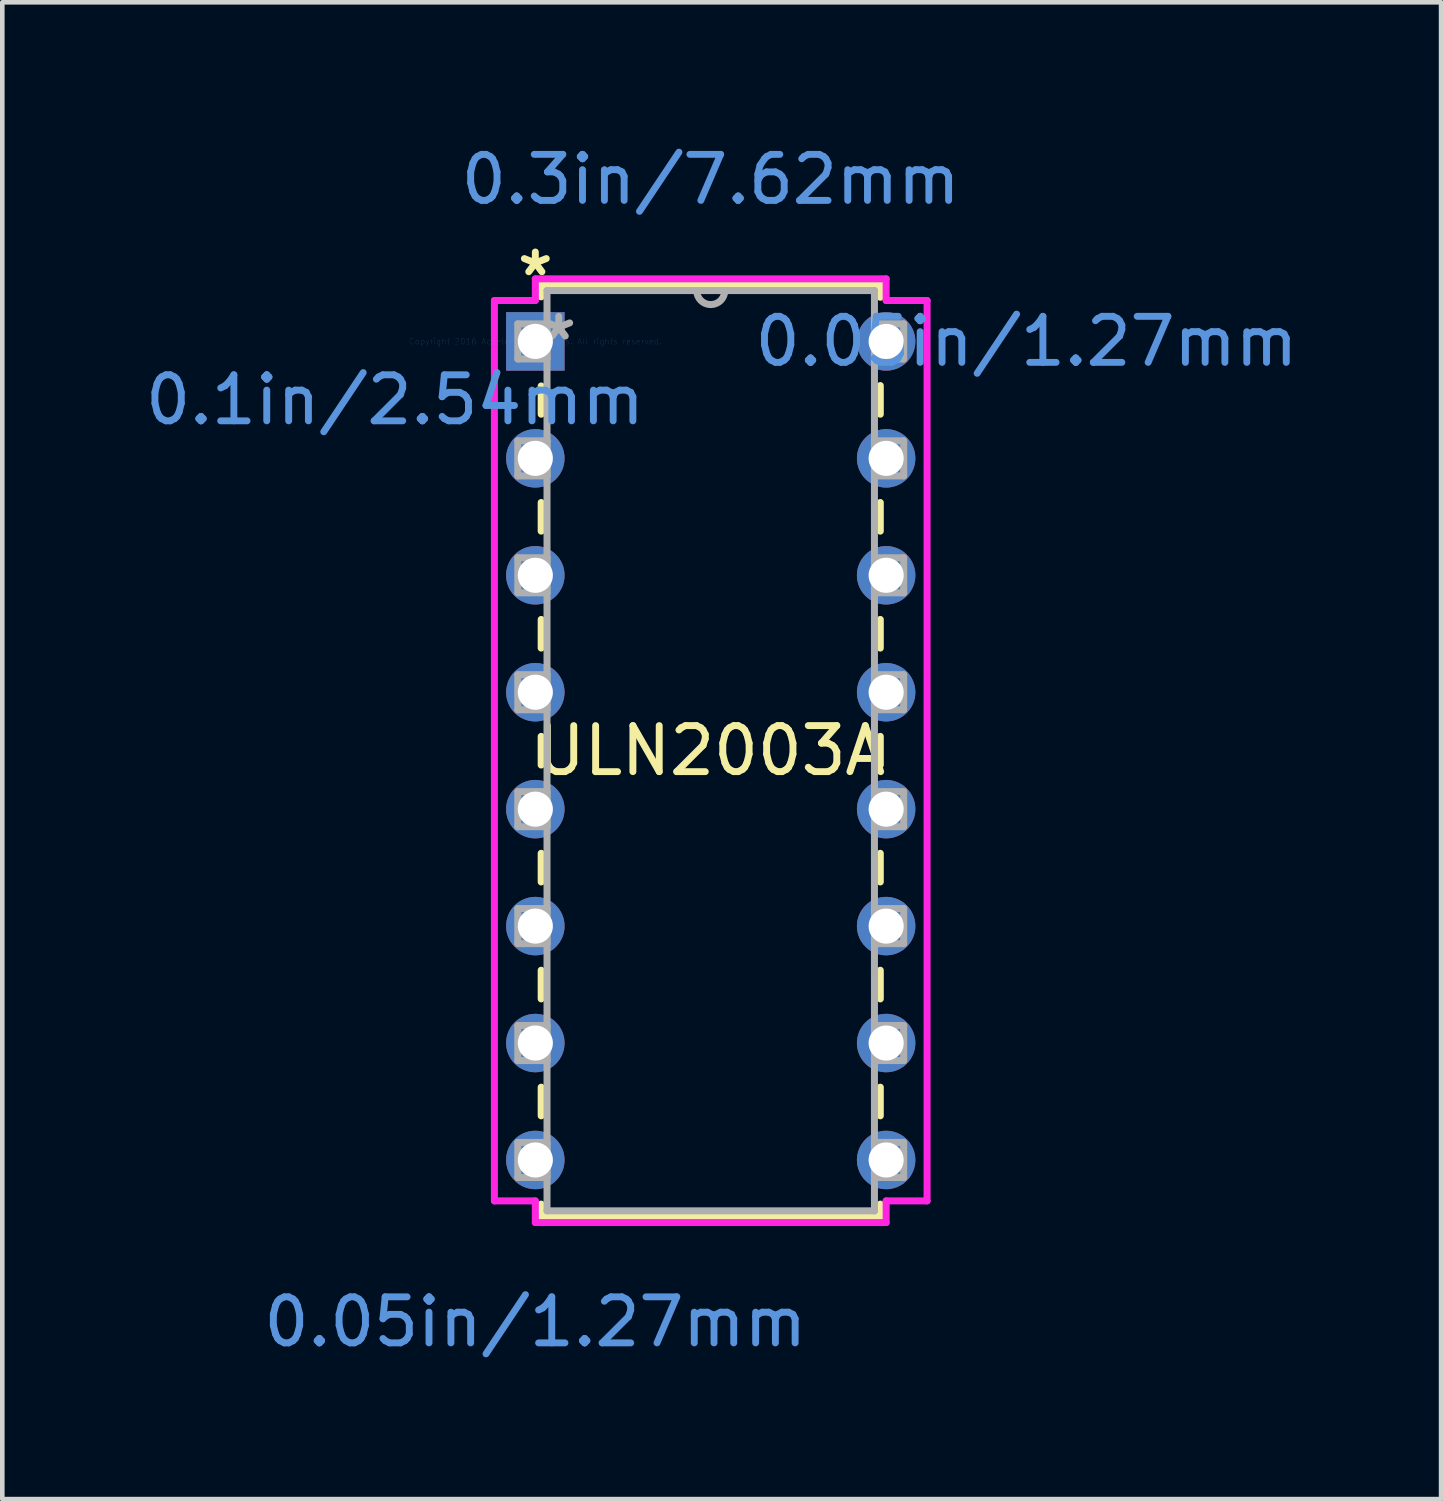
<source format=kicad_pcb>
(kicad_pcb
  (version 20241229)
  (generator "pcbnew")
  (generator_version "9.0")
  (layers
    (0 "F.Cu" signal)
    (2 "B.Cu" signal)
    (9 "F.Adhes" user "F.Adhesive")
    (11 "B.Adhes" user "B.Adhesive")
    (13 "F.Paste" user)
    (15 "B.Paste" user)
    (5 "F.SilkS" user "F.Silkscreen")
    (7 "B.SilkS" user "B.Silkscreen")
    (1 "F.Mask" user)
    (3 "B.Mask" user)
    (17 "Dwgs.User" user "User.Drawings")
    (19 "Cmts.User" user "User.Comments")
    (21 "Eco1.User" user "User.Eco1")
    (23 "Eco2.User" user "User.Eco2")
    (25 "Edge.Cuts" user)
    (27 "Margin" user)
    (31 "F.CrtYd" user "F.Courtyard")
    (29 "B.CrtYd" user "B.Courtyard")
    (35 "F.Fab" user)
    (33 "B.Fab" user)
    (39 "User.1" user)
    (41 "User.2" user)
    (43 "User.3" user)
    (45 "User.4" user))
  (footprint "ULN2003A"
    (layer "F.Cu")
    (at 8.578 4.366)
    (property "Reference" "ULN2003A" (at 3.81 8.89 0) (layer "F.SilkS") (effects (font (size 1 1) (thickness 0.15))))
    (attr through_hole)
    (fp_line (start 0.127 -1.232) (end 0.127 -0.968) (stroke (width 0.152) (type solid)) (layer "F.SilkS"))
    (fp_line (start 0.127 0.968) (end 0.127 1.581) (stroke (width 0.152) (type solid)) (layer "F.SilkS"))
    (fp_line (start 0.127 3.499) (end 0.127 4.121) (stroke (width 0.152) (type solid)) (layer "F.SilkS"))
    (fp_line (start 0.127 6.039) (end 0.127 6.661) (stroke (width 0.152) (type solid)) (layer "F.SilkS"))
    (fp_line (start 0.127 8.579) (end 0.127 9.201) (stroke (width 0.152) (type solid)) (layer "F.SilkS"))
    (fp_line (start 0.127 11.119) (end 0.127 11.741) (stroke (width 0.152) (type solid)) (layer "F.SilkS"))
    (fp_line (start 0.127 13.659) (end 0.127 14.281) (stroke (width 0.152) (type solid)) (layer "F.SilkS"))
    (fp_line (start 0.127 16.199) (end 0.127 16.821) (stroke (width 0.152) (type solid)) (layer "F.SilkS"))
    (fp_line (start 0.127 18.739) (end 0.127 19.012) (stroke (width 0.152) (type solid)) (layer "F.SilkS"))
    (fp_line (start 0.127 19.012) (end 7.493 19.012) (stroke (width 0.152) (type solid)) (layer "F.SilkS"))
    (fp_line (start 7.493 -1.232) (end 0.127 -1.232) (stroke (width 0.152) (type solid)) (layer "F.SilkS"))
    (fp_line (start 7.493 -0.959) (end 7.493 -1.232) (stroke (width 0.152) (type solid)) (layer "F.SilkS"))
    (fp_line (start 7.493 1.581) (end 7.493 0.959) (stroke (width 0.152) (type solid)) (layer "F.SilkS"))
    (fp_line (start 7.493 4.121) (end 7.493 3.499) (stroke (width 0.152) (type solid)) (layer "F.SilkS"))
    (fp_line (start 7.493 6.661) (end 7.493 6.039) (stroke (width 0.152) (type solid)) (layer "F.SilkS"))
    (fp_line (start 7.493 9.201) (end 7.493 8.579) (stroke (width 0.152) (type solid)) (layer "F.SilkS"))
    (fp_line (start 7.493 11.741) (end 7.493 11.119) (stroke (width 0.152) (type solid)) (layer "F.SilkS"))
    (fp_line (start 7.493 14.281) (end 7.493 13.659) (stroke (width 0.152) (type solid)) (layer "F.SilkS"))
    (fp_line (start 7.493 16.821) (end 7.493 16.199) (stroke (width 0.152) (type solid)) (layer "F.SilkS"))
    (fp_line (start 7.493 19.012) (end 7.493 18.739) (stroke (width 0.152) (type solid)) (layer "F.SilkS"))
    (fp_line (start -0.889 -0.889) (end 0 -0.889) (stroke (width 0.152) (type solid)) (layer "F.CrtYd"))
    (fp_line (start -0.889 18.669) (end -0.889 -0.889) (stroke (width 0.152) (type solid)) (layer "F.CrtYd"))
    (fp_line (start 0 -1.359) (end 7.62 -1.359) (stroke (width 0.152) (type solid)) (layer "F.CrtYd"))
    (fp_line (start 0 -0.889) (end 0 -1.359) (stroke (width 0.152) (type solid)) (layer "F.CrtYd"))
    (fp_line (start 0 18.669) (end -0.889 18.669) (stroke (width 0.152) (type solid)) (layer "F.CrtYd"))
    (fp_line (start 0 19.139) (end 0 18.669) (stroke (width 0.152) (type solid)) (layer "F.CrtYd"))
    (fp_line (start 7.62 -1.359) (end 7.62 -0.889) (stroke (width 0.152) (type solid)) (layer "F.CrtYd"))
    (fp_line (start 7.62 18.669) (end 7.62 19.139) (stroke (width 0.152) (type solid)) (layer "F.CrtYd"))
    (fp_line (start 7.62 19.139) (end 0 19.139) (stroke (width 0.152) (type solid)) (layer "F.CrtYd"))
    (fp_line (start 8.509 -0.889) (end 7.62 -0.889) (stroke (width 0.152) (type solid)) (layer "F.CrtYd"))
    (fp_line (start 8.509 -0.889) (end 8.509 18.669) (stroke (width 0.152) (type solid)) (layer "F.CrtYd"))
    (fp_line (start 8.509 18.669) (end 7.62 18.669) (stroke (width 0.152) (type solid)) (layer "F.CrtYd"))
    (fp_line (start -0.381 -0.381) (end -0.381 0.381) (stroke (width 0.152) (type solid)) (layer "F.Fab"))
    (fp_line (start -0.381 0.381) (end 0.254 0.381) (stroke (width 0.152) (type solid)) (layer "F.Fab"))
    (fp_line (start -0.381 2.159) (end -0.381 2.921) (stroke (width 0.152) (type solid)) (layer "F.Fab"))
    (fp_line (start -0.381 2.921) (end 0.254 2.921) (stroke (width 0.152) (type solid)) (layer "F.Fab"))
    (fp_line (start -0.381 4.699) (end -0.381 5.461) (stroke (width 0.152) (type solid)) (layer "F.Fab"))
    (fp_line (start -0.381 5.461) (end 0.254 5.461) (stroke (width 0.152) (type solid)) (layer "F.Fab"))
    (fp_line (start -0.381 7.239) (end -0.381 8.001) (stroke (width 0.152) (type solid)) (layer "F.Fab"))
    (fp_line (start -0.381 8.001) (end 0.254 8.001) (stroke (width 0.152) (type solid)) (layer "F.Fab"))
    (fp_line (start -0.381 9.779) (end -0.381 10.541) (stroke (width 0.152) (type solid)) (layer "F.Fab"))
    (fp_line (start -0.381 10.541) (end 0.254 10.541) (stroke (width 0.152) (type solid)) (layer "F.Fab"))
    (fp_line (start -0.381 12.319) (end -0.381 13.081) (stroke (width 0.152) (type solid)) (layer "F.Fab"))
    (fp_line (start -0.381 13.081) (end 0.254 13.081) (stroke (width 0.152) (type solid)) (layer "F.Fab"))
    (fp_line (start -0.381 14.859) (end -0.381 15.621) (stroke (width 0.152) (type solid)) (layer "F.Fab"))
    (fp_line (start -0.381 15.621) (end 0.254 15.621) (stroke (width 0.152) (type solid)) (layer "F.Fab"))
    (fp_line (start -0.381 17.399) (end -0.381 18.161) (stroke (width 0.152) (type solid)) (layer "F.Fab"))
    (fp_line (start -0.381 18.161) (end 0.254 18.161) (stroke (width 0.152) (type solid)) (layer "F.Fab"))
    (fp_line (start 0.254 -1.105) (end 0.254 18.885) (stroke (width 0.152) (type solid)) (layer "F.Fab"))
    (fp_line (start 0.254 -0.381) (end -0.381 -0.381) (stroke (width 0.152) (type solid)) (layer "F.Fab"))
    (fp_line (start 0.254 0.381) (end 0.254 -0.381) (stroke (width 0.152) (type solid)) (layer "F.Fab"))
    (fp_line (start 0.254 2.159) (end -0.381 2.159) (stroke (width 0.152) (type solid)) (layer "F.Fab"))
    (fp_line (start 0.254 2.921) (end 0.254 2.159) (stroke (width 0.152) (type solid)) (layer "F.Fab"))
    (fp_line (start 0.254 4.699) (end -0.381 4.699) (stroke (width 0.152) (type solid)) (layer "F.Fab"))
    (fp_line (start 0.254 5.461) (end 0.254 4.699) (stroke (width 0.152) (type solid)) (layer "F.Fab"))
    (fp_line (start 0.254 7.239) (end -0.381 7.239) (stroke (width 0.152) (type solid)) (layer "F.Fab"))
    (fp_line (start 0.254 8.001) (end 0.254 7.239) (stroke (width 0.152) (type solid)) (layer "F.Fab"))
    (fp_line (start 0.254 9.779) (end -0.381 9.779) (stroke (width 0.152) (type solid)) (layer "F.Fab"))
    (fp_line (start 0.254 10.541) (end 0.254 9.779) (stroke (width 0.152) (type solid)) (layer "F.Fab"))
    (fp_line (start 0.254 12.319) (end -0.381 12.319) (stroke (width 0.152) (type solid)) (layer "F.Fab"))
    (fp_line (start 0.254 13.081) (end 0.254 12.319) (stroke (width 0.152) (type solid)) (layer "F.Fab"))
    (fp_line (start 0.254 14.859) (end -0.381 14.859) (stroke (width 0.152) (type solid)) (layer "F.Fab"))
    (fp_line (start 0.254 15.621) (end 0.254 14.859) (stroke (width 0.152) (type solid)) (layer "F.Fab"))
    (fp_line (start 0.254 17.399) (end -0.381 17.399) (stroke (width 0.152) (type solid)) (layer "F.Fab"))
    (fp_line (start 0.254 18.161) (end 0.254 17.399) (stroke (width 0.152) (type solid)) (layer "F.Fab"))
    (fp_line (start 0.254 18.885) (end 7.366 18.885) (stroke (width 0.152) (type solid)) (layer "F.Fab"))
    (fp_line (start 7.366 -1.105) (end 0.254 -1.105) (stroke (width 0.152) (type solid)) (layer "F.Fab"))
    (fp_line (start 7.366 -0.381) (end 7.366 0.381) (stroke (width 0.152) (type solid)) (layer "F.Fab"))
    (fp_line (start 7.366 0.381) (end 8.001 0.381) (stroke (width 0.152) (type solid)) (layer "F.Fab"))
    (fp_line (start 7.366 2.159) (end 7.366 2.921) (stroke (width 0.152) (type solid)) (layer "F.Fab"))
    (fp_line (start 7.366 2.921) (end 8.001 2.921) (stroke (width 0.152) (type solid)) (layer "F.Fab"))
    (fp_line (start 7.366 4.699) (end 7.366 5.461) (stroke (width 0.152) (type solid)) (layer "F.Fab"))
    (fp_line (start 7.366 5.461) (end 8.001 5.461) (stroke (width 0.152) (type solid)) (layer "F.Fab"))
    (fp_line (start 7.366 7.239) (end 7.366 8.001) (stroke (width 0.152) (type solid)) (layer "F.Fab"))
    (fp_line (start 7.366 8.001) (end 8.001 8.001) (stroke (width 0.152) (type solid)) (layer "F.Fab"))
    (fp_line (start 7.366 9.779) (end 7.366 10.541) (stroke (width 0.152) (type solid)) (layer "F.Fab"))
    (fp_line (start 7.366 10.541) (end 8.001 10.541) (stroke (width 0.152) (type solid)) (layer "F.Fab"))
    (fp_line (start 7.366 12.319) (end 7.366 13.081) (stroke (width 0.152) (type solid)) (layer "F.Fab"))
    (fp_line (start 7.366 13.081) (end 8.001 13.081) (stroke (width 0.152) (type solid)) (layer "F.Fab"))
    (fp_line (start 7.366 14.859) (end 7.366 15.621) (stroke (width 0.152) (type solid)) (layer "F.Fab"))
    (fp_line (start 7.366 15.621) (end 8.001 15.621) (stroke (width 0.152) (type solid)) (layer "F.Fab"))
    (fp_line (start 7.366 17.399) (end 7.366 18.161) (stroke (width 0.152) (type solid)) (layer "F.Fab"))
    (fp_line (start 7.366 18.161) (end 8.001 18.161) (stroke (width 0.152) (type solid)) (layer "F.Fab"))
    (fp_line (start 7.366 18.885) (end 7.366 -1.105) (stroke (width 0.152) (type solid)) (layer "F.Fab"))
    (fp_line (start 8.001 -0.381) (end 7.366 -0.381) (stroke (width 0.152) (type solid)) (layer "F.Fab"))
    (fp_line (start 8.001 0.381) (end 8.001 -0.381) (stroke (width 0.152) (type solid)) (layer "F.Fab"))
    (fp_line (start 8.001 2.159) (end 7.366 2.159) (stroke (width 0.152) (type solid)) (layer "F.Fab"))
    (fp_line (start 8.001 2.921) (end 8.001 2.159) (stroke (width 0.152) (type solid)) (layer "F.Fab"))
    (fp_line (start 8.001 4.699) (end 7.366 4.699) (stroke (width 0.152) (type solid)) (layer "F.Fab"))
    (fp_line (start 8.001 5.461) (end 8.001 4.699) (stroke (width 0.152) (type solid)) (layer "F.Fab"))
    (fp_line (start 8.001 7.239) (end 7.366 7.239) (stroke (width 0.152) (type solid)) (layer "F.Fab"))
    (fp_line (start 8.001 8.001) (end 8.001 7.239) (stroke (width 0.152) (type solid)) (layer "F.Fab"))
    (fp_line (start 8.001 9.779) (end 7.366 9.779) (stroke (width 0.152) (type solid)) (layer "F.Fab"))
    (fp_line (start 8.001 10.541) (end 8.001 9.779) (stroke (width 0.152) (type solid)) (layer "F.Fab"))
    (fp_line (start 8.001 12.319) (end 7.366 12.319) (stroke (width 0.152) (type solid)) (layer "F.Fab"))
    (fp_line (start 8.001 13.081) (end 8.001 12.319) (stroke (width 0.152) (type solid)) (layer "F.Fab"))
    (fp_line (start 8.001 14.859) (end 7.366 14.859) (stroke (width 0.152) (type solid)) (layer "F.Fab"))
    (fp_line (start 8.001 15.621) (end 8.001 14.859) (stroke (width 0.152) (type solid)) (layer "F.Fab"))
    (fp_line (start 8.001 17.399) (end 7.366 17.399) (stroke (width 0.152) (type solid)) (layer "F.Fab"))
    (fp_line (start 8.001 18.161) (end 8.001 17.399) (stroke (width 0.152) (type solid)) (layer "F.Fab"))
    (fp_arc (start 4.1148 -1.1049) (mid 3.81 -0.8001) (end 3.5052 -1.1049) (stroke (width 0.1524) (type solid)) (layer "F.Fab"))
    (fp_text user "*" (at 0 -1.397 0) (layer "F.SilkS") (effects (font (size 1 1) (thickness 0.15))))
    (fp_text user "0.1in/2.54mm" (at -3.048 1.27 0) (layer "Cmts.User") (effects (font (size 1 1) (thickness 0.15))))
    (fp_text user "0.05in/1.27mm" (at 0 21.298 0) (layer "Cmts.User") (effects (font (size 1 1) (thickness 0.15))))
    (fp_text user "0.3in/7.62mm" (at 3.81 -3.518 0) (layer "Cmts.User") (effects (font (size 1 1) (thickness 0.15))))
    (fp_text user "0.05in/1.27mm" (at 10.668 0 0) (layer "Cmts.User") (effects (font (size 1 1) (thickness 0.15))))
    (fp_text user "Copyright 2016 Accelerated Designs. All rights reserved." (at 0 0 0) (layer "Cmts.User") (effects (font (size 0.127 0.127) (thickness 0.002))))
    (fp_text user "*" (at 0.508 0 0) (layer "F.Fab") (effects (font (size 1 1) (thickness 0.15))))
    (pad "1" thru_hole rect (at 0 0) (size 1.27 1.27) (drill 0.762) (layers "*.Cu" "*.Mask"))
    (pad "2" thru_hole circle (at 0 2.54) (size 1.27 1.27) (drill 0.762) (layers "*.Cu" "*.Mask"))
    (pad "3" thru_hole circle (at 0 5.08) (size 1.27 1.27) (drill 0.762) (layers "*.Cu" "*.Mask"))
    (pad "4" thru_hole circle (at 0 7.62) (size 1.27 1.27) (drill 0.762) (layers "*.Cu" "*.Mask"))
    (pad "5" thru_hole circle (at 0 10.16) (size 1.27 1.27) (drill 0.762) (layers "*.Cu" "*.Mask"))
    (pad "6" thru_hole circle (at 0 12.7) (size 1.27 1.27) (drill 0.762) (layers "*.Cu" "*.Mask"))
    (pad "7" thru_hole circle (at 0 15.24) (size 1.27 1.27) (drill 0.762) (layers "*.Cu" "*.Mask"))
    (pad "8" thru_hole circle (at 0 17.78) (size 1.27 1.27) (drill 0.762) (layers "*.Cu" "*.Mask"))
    (pad "9" thru_hole circle (at 7.62 17.78) (size 1.27 1.27) (drill 0.762) (layers "*.Cu" "*.Mask"))
    (pad "10" thru_hole circle (at 7.62 15.24) (size 1.27 1.27) (drill 0.762) (layers "*.Cu" "*.Mask"))
    (pad "11" thru_hole circle (at 7.62 12.7) (size 1.27 1.27) (drill 0.762) (layers "*.Cu" "*.Mask"))
    (pad "12" thru_hole circle (at 7.62 10.16) (size 1.27 1.27) (drill 0.762) (layers "*.Cu" "*.Mask"))
    (pad "13" thru_hole circle (at 7.62 7.62) (size 1.27 1.27) (drill 0.762) (layers "*.Cu" "*.Mask"))
    (pad "14" thru_hole circle (at 7.62 5.08) (size 1.27 1.27) (drill 0.762) (layers "*.Cu" "*.Mask"))
    (pad "15" thru_hole circle (at 7.62 2.54) (size 1.27 1.27) (drill 0.762) (layers "*.Cu" "*.Mask"))
    (pad "16" thru_hole circle (at 7.62 0) (size 1.27 1.27) (drill 0.762) (layers "*.Cu" "*.Mask")))
  (gr_rect
    (start -3 -3)
    (end 28.252 29.512)
    (stroke (width 0.1) (type default))
    (fill no)
    (layer "Edge.Cuts")))
</source>
